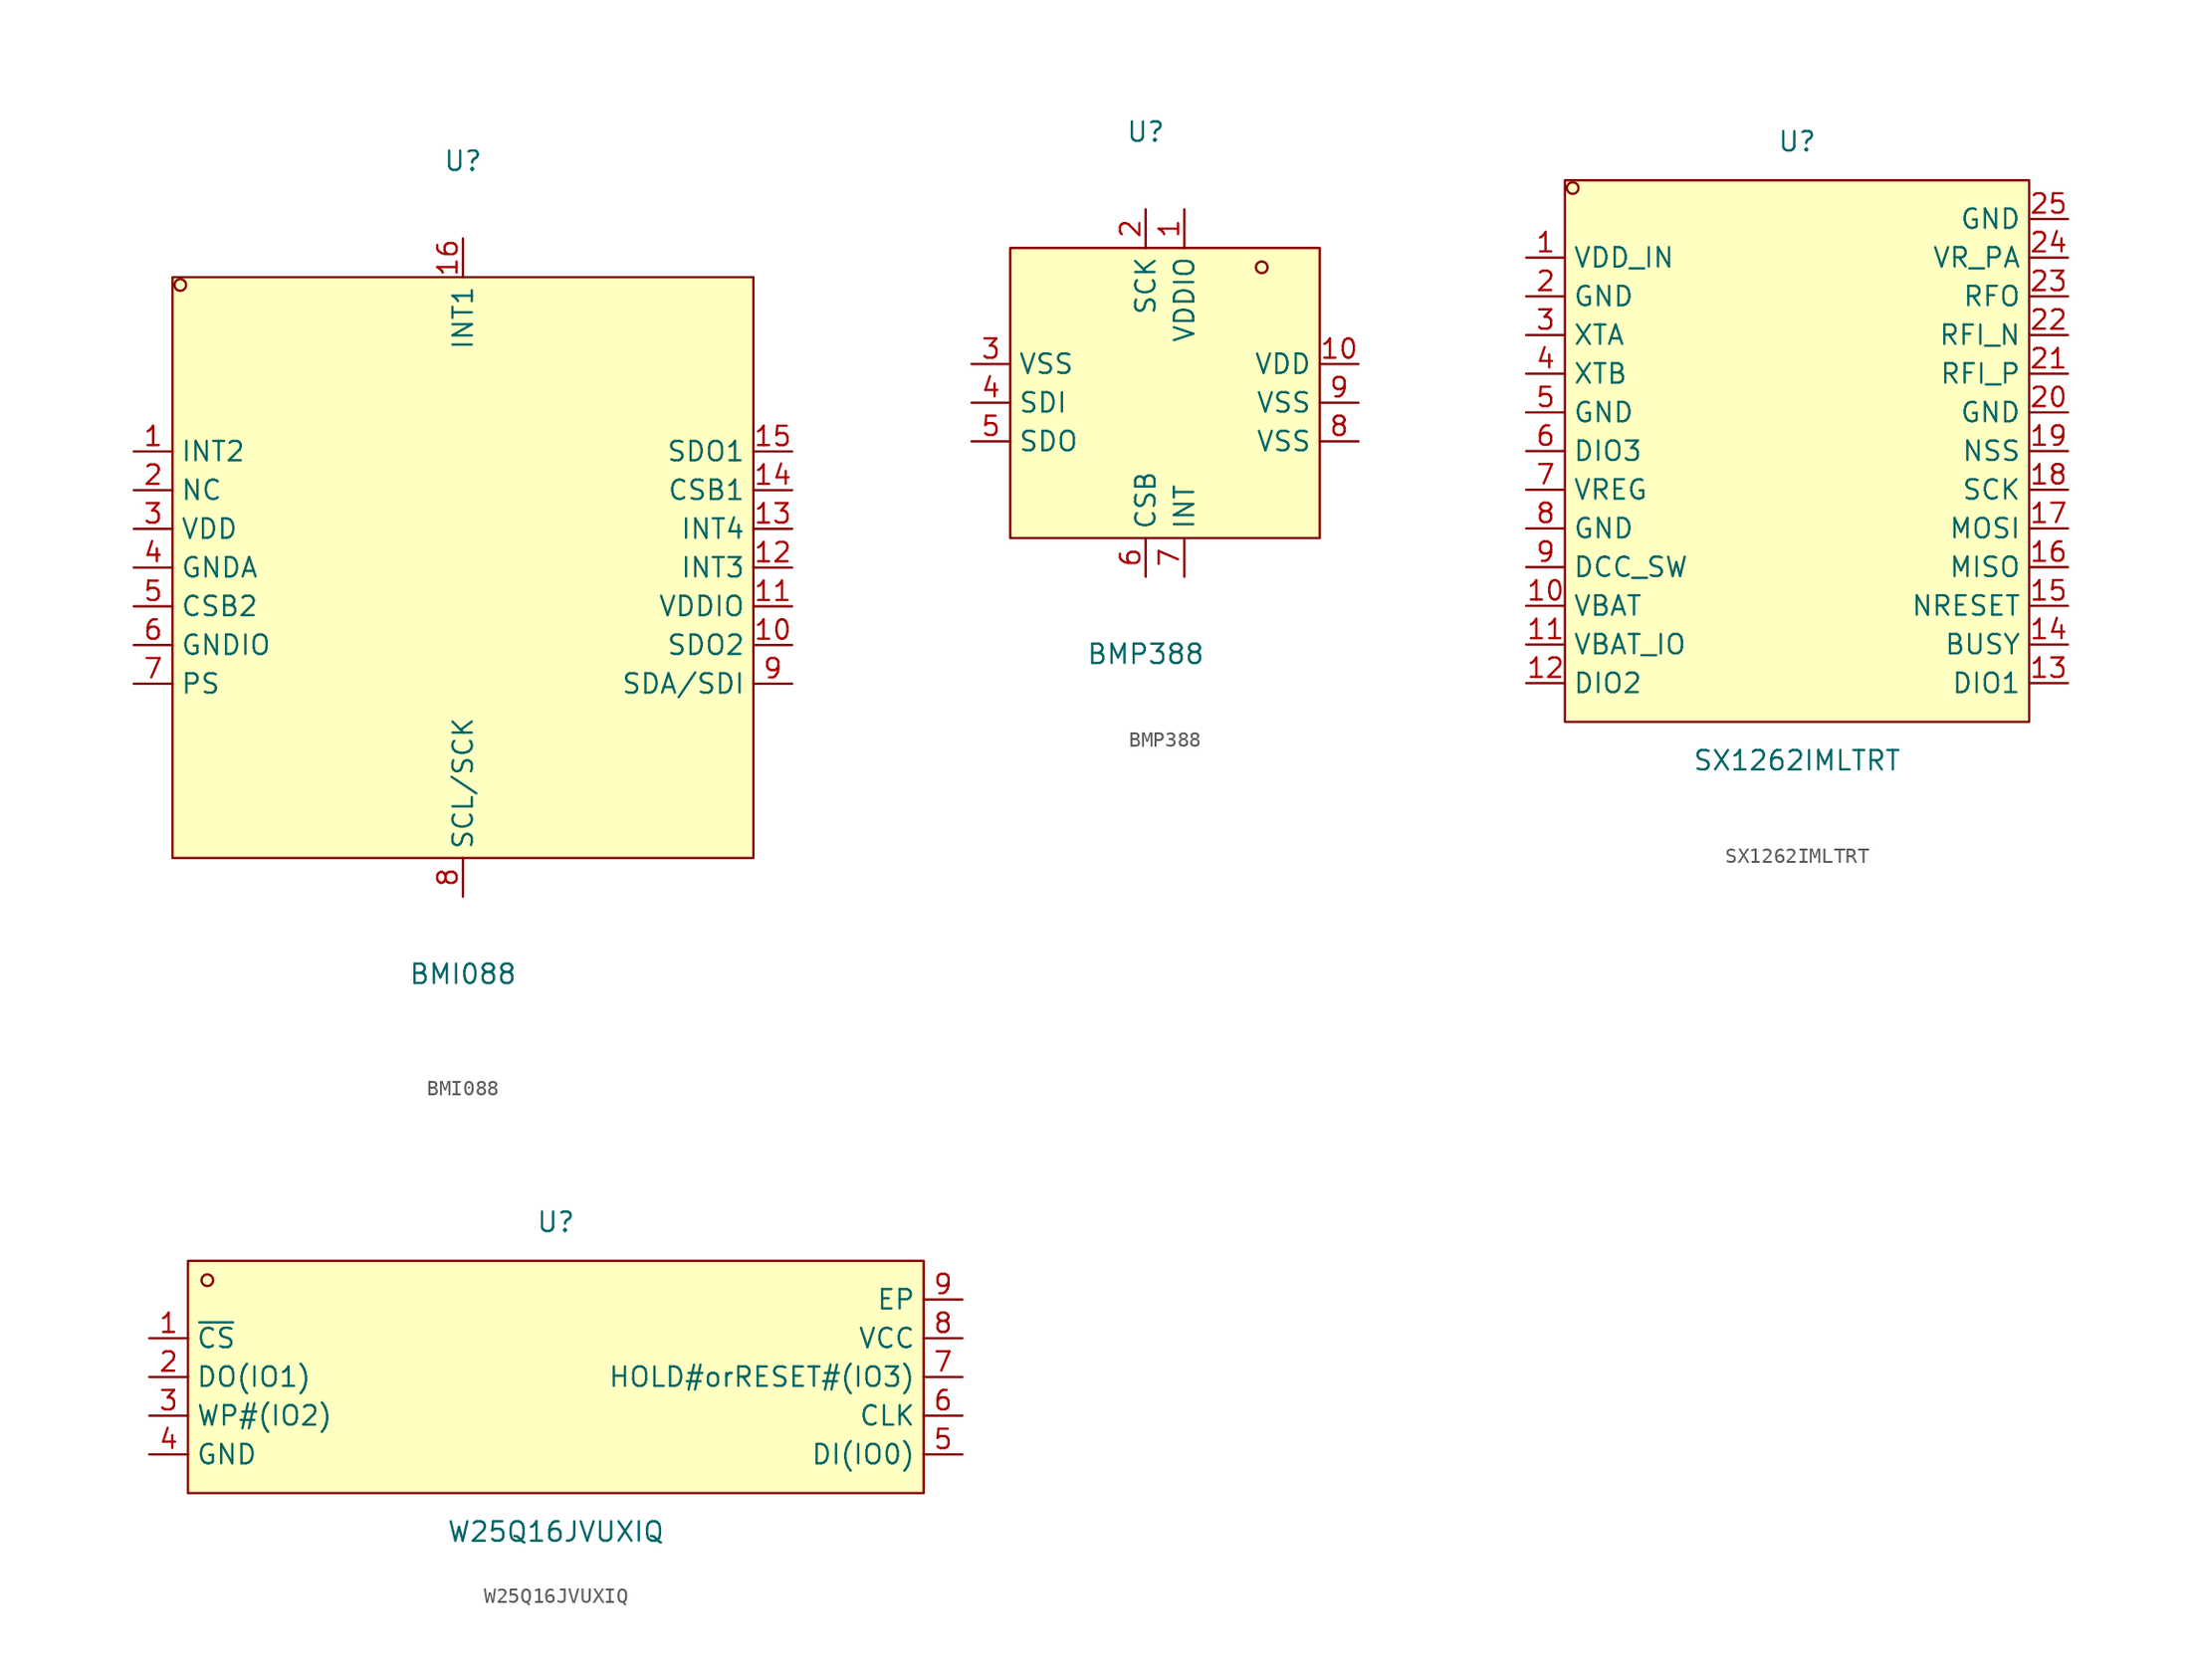
<source format=kicad_sym>
(kicad_symbol_lib
  (version 20231120)
  (generator "kicad_symbol_editor")
  (generator_version "8.0")
  (symbol "BMI088"
    (property "Reference" "U"
      (at 0 26.67 0)
      (effects (font (size 1.27 1.27))))
    (property "Value" "BMI088"
      (at 0 -26.67 0)
      (effects (font (size 1.27 1.27))))
    (symbol "BMI088_0_1"
      (rectangle (start -19.05 19.05) (end 19.05 -19.05) (stroke (width 0) (type default)) (fill (type background)))
      (circle (center -18.54 18.54) (radius 0.38) (stroke (width 0) (type default)) (fill (type none)))
      (pin unspecified line (at -21.59 7.62 0) (length 2.54) (name "INT2" (effects (font (size 1.27 1.27)))) (number "1" (effects (font (size 1.27 1.27)))))
      (pin unspecified line (at 21.59 -5.08 180) (length 2.54) (name "SDO2" (effects (font (size 1.27 1.27)))) (number "10" (effects (font (size 1.27 1.27)))))
      (pin unspecified line (at 21.59 -2.54 180) (length 2.54) (name "VDDIO" (effects (font (size 1.27 1.27)))) (number "11" (effects (font (size 1.27 1.27)))))
      (pin unspecified line (at 21.59 0 180) (length 2.54) (name "INT3" (effects (font (size 1.27 1.27)))) (number "12" (effects (font (size 1.27 1.27)))))
      (pin unspecified line (at 21.59 2.54 180) (length 2.54) (name "INT4" (effects (font (size 1.27 1.27)))) (number "13" (effects (font (size 1.27 1.27)))))
      (pin unspecified line (at 21.59 5.08 180) (length 2.54) (name "CSB1" (effects (font (size 1.27 1.27)))) (number "14" (effects (font (size 1.27 1.27)))))
      (pin unspecified line (at 21.59 7.62 180) (length 2.54) (name "SDO1" (effects (font (size 1.27 1.27)))) (number "15" (effects (font (size 1.27 1.27)))))
      (pin unspecified line (at 0 21.59 270) (length 2.54) (name "INT1" (effects (font (size 1.27 1.27)))) (number "16" (effects (font (size 1.27 1.27)))))
      (pin unspecified line (at -21.59 5.08 0) (length 2.54) (name "NC" (effects (font (size 1.27 1.27)))) (number "2" (effects (font (size 1.27 1.27)))))
      (pin unspecified line (at -21.59 2.54 0) (length 2.54) (name "VDD" (effects (font (size 1.27 1.27)))) (number "3" (effects (font (size 1.27 1.27)))))
      (pin unspecified line (at -21.59 0 0) (length 2.54) (name "GNDA" (effects (font (size 1.27 1.27)))) (number "4" (effects (font (size 1.27 1.27)))))
      (pin unspecified line (at -21.59 -2.54 0) (length 2.54) (name "CSB2" (effects (font (size 1.27 1.27)))) (number "5" (effects (font (size 1.27 1.27)))))
      (pin unspecified line (at -21.59 -5.08 0) (length 2.54) (name "GNDIO" (effects (font (size 1.27 1.27)))) (number "6" (effects (font (size 1.27 1.27)))))
      (pin unspecified line (at -21.59 -7.62 0) (length 2.54) (name "PS" (effects (font (size 1.27 1.27)))) (number "7" (effects (font (size 1.27 1.27)))))
      (pin unspecified line (at 0 -21.59 90) (length 2.54) (name "SCL/SCK" (effects (font (size 1.27 1.27)))) (number "8" (effects (font (size 1.27 1.27)))))
      (pin unspecified line (at 21.59 -7.62 180) (length 2.54) (name "SDA/SDI" (effects (font (size 1.27 1.27)))) (number "9" (effects (font (size 1.27 1.27)))))))
  (symbol "BMP388"
    (property "Reference" "U"
      (at 0 16.51 0)
      (effects (font (size 1.27 1.27))))
    (property "Value" "BMP388"
      (at 0 -17.78 0)
      (effects (font (size 1.27 1.27))))
    (symbol "BMP388_0_1"
      (rectangle (start -8.89 8.89) (end 11.43 -10.16) (stroke (width 0) (type default)) (fill (type background)))
      (circle (center 7.62 7.62) (radius 0.38) (stroke (width 0) (type default)) (fill (type none)))
      (pin unspecified line (at 2.54 11.43 270) (length 2.54) (name "VDDIO" (effects (font (size 1.27 1.27)))) (number "1" (effects (font (size 1.27 1.27)))))
      (pin unspecified line (at 13.97 1.27 180) (length 2.54) (name "VDD" (effects (font (size 1.27 1.27)))) (number "10" (effects (font (size 1.27 1.27)))))
      (pin unspecified line (at 0 11.43 270) (length 2.54) (name "SCK" (effects (font (size 1.27 1.27)))) (number "2" (effects (font (size 1.27 1.27)))))
      (pin unspecified line (at -11.43 1.27 0) (length 2.54) (name "VSS" (effects (font (size 1.27 1.27)))) (number "3" (effects (font (size 1.27 1.27)))))
      (pin unspecified line (at -11.43 -1.27 0) (length 2.54) (name "SDI" (effects (font (size 1.27 1.27)))) (number "4" (effects (font (size 1.27 1.27)))))
      (pin unspecified line (at -11.43 -3.81 0) (length 2.54) (name "SDO" (effects (font (size 1.27 1.27)))) (number "5" (effects (font (size 1.27 1.27)))))
      (pin unspecified line (at 0 -12.7 90) (length 2.54) (name "CSB" (effects (font (size 1.27 1.27)))) (number "6" (effects (font (size 1.27 1.27)))))
      (pin unspecified line (at 2.54 -12.7 90) (length 2.54) (name "INT" (effects (font (size 1.27 1.27)))) (number "7" (effects (font (size 1.27 1.27)))))
      (pin unspecified line (at 13.97 -3.81 180) (length 2.54) (name "VSS" (effects (font (size 1.27 1.27)))) (number "8" (effects (font (size 1.27 1.27)))))
      (pin unspecified line (at 13.97 -1.27 180) (length 2.54) (name "VSS" (effects (font (size 1.27 1.27)))) (number "9" (effects (font (size 1.27 1.27)))))))
  (symbol "SX1262IMLTRT"
    (property "Reference" "U"
      (at 0 20.32 0)
      (effects (font (size 1.27 1.27))))
    (property "Value" "SX1262IMLTRT"
      (at 0 -20.32 0)
      (effects (font (size 1.27 1.27))))
    (symbol "SX1262IMLTRT_0_1"
      (rectangle (start -15.24 17.78) (end 15.24 -17.78) (stroke (width 0) (type default)) (fill (type background)))
      (circle (center -14.73 17.27) (radius 0.38) (stroke (width 0) (type default)) (fill (type none)))
      (pin unspecified line (at -17.78 12.7 0) (length 2.54) (name "VDD_IN" (effects (font (size 1.27 1.27)))) (number "1" (effects (font (size 1.27 1.27)))))
      (pin unspecified line (at -17.78 -10.16 0) (length 2.54) (name "VBAT" (effects (font (size 1.27 1.27)))) (number "10" (effects (font (size 1.27 1.27)))))
      (pin unspecified line (at -17.78 -12.7 0) (length 2.54) (name "VBAT_IO" (effects (font (size 1.27 1.27)))) (number "11" (effects (font (size 1.27 1.27)))))
      (pin unspecified line (at -17.78 -15.24 0) (length 2.54) (name "DIO2" (effects (font (size 1.27 1.27)))) (number "12" (effects (font (size 1.27 1.27)))))
      (pin unspecified line (at 17.78 -15.24 180) (length 2.54) (name "DIO1" (effects (font (size 1.27 1.27)))) (number "13" (effects (font (size 1.27 1.27)))))
      (pin unspecified line (at 17.78 -12.7 180) (length 2.54) (name "BUSY" (effects (font (size 1.27 1.27)))) (number "14" (effects (font (size 1.27 1.27)))))
      (pin unspecified line (at 17.78 -10.16 180) (length 2.54) (name "NRESET" (effects (font (size 1.27 1.27)))) (number "15" (effects (font (size 1.27 1.27)))))
      (pin unspecified line (at 17.78 -7.62 180) (length 2.54) (name "MISO" (effects (font (size 1.27 1.27)))) (number "16" (effects (font (size 1.27 1.27)))))
      (pin unspecified line (at 17.78 -5.08 180) (length 2.54) (name "MOSI" (effects (font (size 1.27 1.27)))) (number "17" (effects (font (size 1.27 1.27)))))
      (pin unspecified line (at 17.78 -2.54 180) (length 2.54) (name "SCK" (effects (font (size 1.27 1.27)))) (number "18" (effects (font (size 1.27 1.27)))))
      (pin unspecified line (at 17.78 0 180) (length 2.54) (name "NSS" (effects (font (size 1.27 1.27)))) (number "19" (effects (font (size 1.27 1.27)))))
      (pin unspecified line (at -17.78 10.16 0) (length 2.54) (name "GND" (effects (font (size 1.27 1.27)))) (number "2" (effects (font (size 1.27 1.27)))))
      (pin unspecified line (at 17.78 2.54 180) (length 2.54) (name "GND" (effects (font (size 1.27 1.27)))) (number "20" (effects (font (size 1.27 1.27)))))
      (pin unspecified line (at 17.78 5.08 180) (length 2.54) (name "RFI_P" (effects (font (size 1.27 1.27)))) (number "21" (effects (font (size 1.27 1.27)))))
      (pin unspecified line (at 17.78 7.62 180) (length 2.54) (name "RFI_N" (effects (font (size 1.27 1.27)))) (number "22" (effects (font (size 1.27 1.27)))))
      (pin unspecified line (at 17.78 10.16 180) (length 2.54) (name "RFO" (effects (font (size 1.27 1.27)))) (number "23" (effects (font (size 1.27 1.27)))))
      (pin unspecified line (at 17.78 12.7 180) (length 2.54) (name "VR_PA" (effects (font (size 1.27 1.27)))) (number "24" (effects (font (size 1.27 1.27)))))
      (pin unspecified line (at 17.78 15.24 180) (length 2.54) (name "GND" (effects (font (size 1.27 1.27)))) (number "25" (effects (font (size 1.27 1.27)))))
      (pin unspecified line (at -17.78 7.62 0) (length 2.54) (name "XTA" (effects (font (size 1.27 1.27)))) (number "3" (effects (font (size 1.27 1.27)))))
      (pin unspecified line (at -17.78 5.08 0) (length 2.54) (name "XTB" (effects (font (size 1.27 1.27)))) (number "4" (effects (font (size 1.27 1.27)))))
      (pin unspecified line (at -17.78 2.54 0) (length 2.54) (name "GND" (effects (font (size 1.27 1.27)))) (number "5" (effects (font (size 1.27 1.27)))))
      (pin unspecified line (at -17.78 0 0) (length 2.54) (name "DIO3" (effects (font (size 1.27 1.27)))) (number "6" (effects (font (size 1.27 1.27)))))
      (pin unspecified line (at -17.78 -2.54 0) (length 2.54) (name "VREG" (effects (font (size 1.27 1.27)))) (number "7" (effects (font (size 1.27 1.27)))))
      (pin unspecified line (at -17.78 -5.08 0) (length 2.54) (name "GND" (effects (font (size 1.27 1.27)))) (number "8" (effects (font (size 1.27 1.27)))))
      (pin unspecified line (at -17.78 -7.62 0) (length 2.54) (name "DCC_SW" (effects (font (size 1.27 1.27)))) (number "9" (effects (font (size 1.27 1.27)))))))
  (symbol "W25Q16JVUXIQ"
    (property "Reference" "U"
      (at 0 11.43 0)
      (effects (font (size 1.27 1.27))))
    (property "Value" "W25Q16JVUXIQ"
      (at 0 -8.89 0)
      (effects (font (size 1.27 1.27))))
    (symbol "W25Q16JVUXIQ_0_1"
      (rectangle (start -24.13 8.89) (end 24.13 -6.35) (stroke (width 0) (type default)) (fill (type background)))
      (circle (center -22.86 7.62) (radius 0.38) (stroke (width 0) (type default)) (fill (type none)))
      (pin unspecified line (at -26.67 3.81 0) (length 2.54) (name "~{CS}" (effects (font (size 1.27 1.27)))) (number "1" (effects (font (size 1.27 1.27)))))
      (pin unspecified line (at -26.67 1.27 0) (length 2.54) (name "DO(IO1)" (effects (font (size 1.27 1.27)))) (number "2" (effects (font (size 1.27 1.27)))))
      (pin unspecified line (at -26.67 -1.27 0) (length 2.54) (name "WP#(IO2)" (effects (font (size 1.27 1.27)))) (number "3" (effects (font (size 1.27 1.27)))))
      (pin unspecified line (at -26.67 -3.81 0) (length 2.54) (name "GND" (effects (font (size 1.27 1.27)))) (number "4" (effects (font (size 1.27 1.27)))))
      (pin unspecified line (at 26.67 -3.81 180) (length 2.54) (name "DI(IO0)" (effects (font (size 1.27 1.27)))) (number "5" (effects (font (size 1.27 1.27)))))
      (pin unspecified line (at 26.67 -1.27 180) (length 2.54) (name "CLK" (effects (font (size 1.27 1.27)))) (number "6" (effects (font (size 1.27 1.27)))))
      (pin unspecified line (at 26.67 1.27 180) (length 2.54) (name "HOLD#orRESET#(IO3)" (effects (font (size 1.27 1.27)))) (number "7" (effects (font (size 1.27 1.27)))))
      (pin unspecified line (at 26.67 3.81 180) (length 2.54) (name "VCC" (effects (font (size 1.27 1.27)))) (number "8" (effects (font (size 1.27 1.27)))))
      (pin unspecified line (at 26.67 6.35 180) (length 2.54) (name "EP" (effects (font (size 1.27 1.27)))) (number "9" (effects (font (size 1.27 1.27))))))))
</source>
